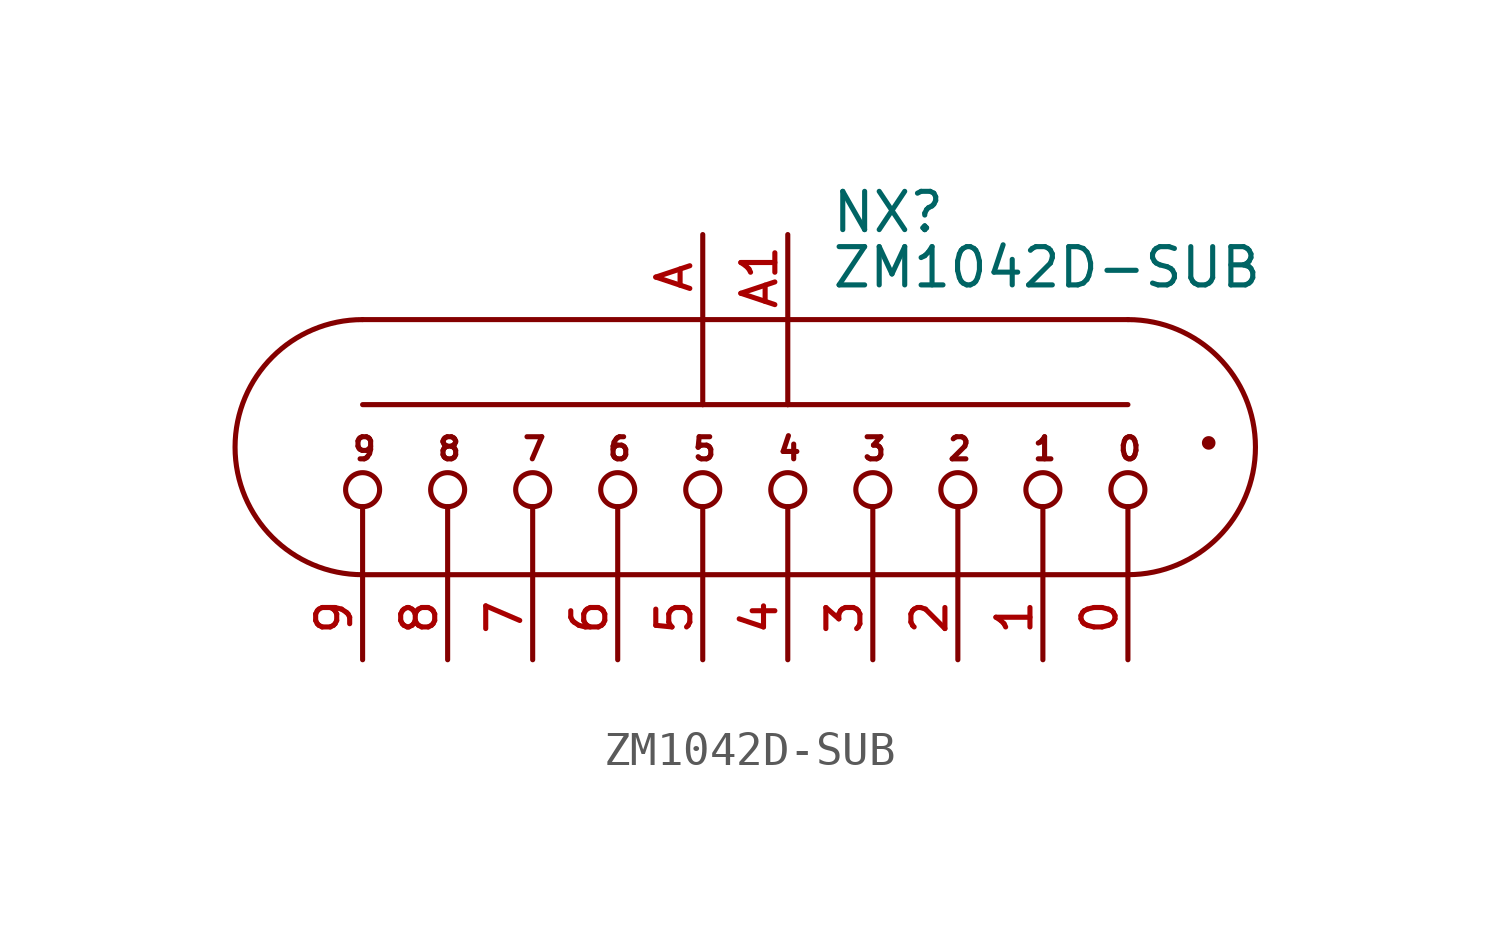
<source format=kicad_sym>
(kicad_symbol_lib
  (version 20220914)
  (generator kicad_symbol_editor)
  (symbol "ZM1042D-SUB"
    (pin_names
      (offset 1.016) hide)
    (property "Reference" "NX"
      (at 3.81 5.08 0)
      (effects (font (size 1.143 1.143)) (justify left bottom)))
    (property "Value" "ZM1042D-SUB"
      (at 3.81 3.429 0)
      (effects (font (size 1.143 1.143)) (justify left bottom)))
    (property "ki_locked" ""
      (at 0 0 0)
      (effects (font (size 1.27 1.27))))
    (symbol "ZM1042D-SUB_1_0"
      (polyline (pts (xy -10.16 -5.08) (xy -10.16 -3.048)) (stroke (width 0) (type solid)) (fill (type none)))
      (polyline (pts (xy -10.16 -5.08) (xy -7.62 -5.08)) (stroke (width 0) (type solid)) (fill (type none)))
      (polyline (pts (xy -10.16 0) (xy 0 0)) (stroke (width 0) (type solid)) (fill (type none)))
      (polyline (pts (xy -10.16 2.54) (xy 0 2.54)) (stroke (width 0) (type solid)) (fill (type none)))
      (polyline (pts (xy -7.62 -5.08) (xy -7.62 -3.048)) (stroke (width 0) (type solid)) (fill (type none)))
      (polyline (pts (xy -7.62 -5.08) (xy -5.08 -5.08)) (stroke (width 0) (type solid)) (fill (type none)))
      (polyline (pts (xy -5.08 -5.08) (xy -5.08 -3.048)) (stroke (width 0) (type solid)) (fill (type none)))
      (polyline (pts (xy -5.08 -5.08) (xy -2.54 -5.08)) (stroke (width 0) (type solid)) (fill (type none)))
      (polyline (pts (xy -2.54 -5.08) (xy -2.54 -3.048)) (stroke (width 0) (type solid)) (fill (type none)))
      (polyline (pts (xy -2.54 -5.08) (xy 0 -5.08)) (stroke (width 0) (type solid)) (fill (type none)))
      (polyline (pts (xy 0 -5.08) (xy 0 -3.048)) (stroke (width 0) (type solid)) (fill (type none)))
      (polyline (pts (xy 0 -5.08) (xy 2.54 -5.08)) (stroke (width 0) (type solid)) (fill (type none)))
      (polyline (pts (xy 0 0) (xy 2.54 0)) (stroke (width 0) (type solid)) (fill (type none)))
      (polyline (pts (xy 0 2.54) (xy 0 0)) (stroke (width 0) (type solid)) (fill (type none)))
      (polyline (pts (xy 0 2.54) (xy 2.54 2.54)) (stroke (width 0) (type solid)) (fill (type none)))
      (polyline (pts (xy 2.54 -5.08) (xy 2.54 -3.048)) (stroke (width 0) (type solid)) (fill (type none)))
      (polyline (pts (xy 2.54 -5.08) (xy 5.08 -5.08)) (stroke (width 0) (type solid)) (fill (type none)))
      (polyline (pts (xy 2.54 0) (xy 12.7 0)) (stroke (width 0) (type solid)) (fill (type none)))
      (polyline (pts (xy 2.54 2.54) (xy 2.54 0)) (stroke (width 0) (type solid)) (fill (type none)))
      (polyline (pts (xy 2.54 2.54) (xy 12.7 2.54)) (stroke (width 0) (type solid)) (fill (type none)))
      (polyline (pts (xy 5.08 -5.08) (xy 5.08 -3.048)) (stroke (width 0) (type solid)) (fill (type none)))
      (polyline (pts (xy 5.08 -5.08) (xy 7.62 -5.08)) (stroke (width 0) (type solid)) (fill (type none)))
      (polyline (pts (xy 7.62 -5.08) (xy 7.62 -3.048)) (stroke (width 0) (type solid)) (fill (type none)))
      (polyline (pts (xy 7.62 -5.08) (xy 10.16 -5.08)) (stroke (width 0) (type solid)) (fill (type none)))
      (polyline (pts (xy 10.16 -5.08) (xy 10.16 -3.048)) (stroke (width 0) (type solid)) (fill (type none)))
      (polyline (pts (xy 10.16 -5.08) (xy 12.7 -5.08)) (stroke (width 0) (type solid)) (fill (type none)))
      (polyline (pts (xy 12.7 -5.08) (xy 12.7 -3.048)) (stroke (width 0) (type solid)) (fill (type none)))
      (text "0" (at 12.751 -1.321 0) (effects (font (size 0.66 0.66))))
      (text "1" (at 10.211 -1.321 0) (effects (font (size 0.66 0.66))))
      (text "2" (at 7.671 -1.321 0) (effects (font (size 0.66 0.66))))
      (text "3" (at 5.131 -1.321 0) (effects (font (size 0.66 0.66))))
      (text "4" (at 2.591 -1.321 0) (effects (font (size 0.66 0.66))))
      (text "5" (at 0.051 -1.321 0) (effects (font (size 0.66 0.66))))
      (text "6" (at -2.489 -1.321 0) (effects (font (size 0.66 0.66))))
      (text "7" (at -5.029 -1.321 0) (effects (font (size 0.66 0.66))))
      (text "8" (at -7.569 -1.321 0) (effects (font (size 0.66 0.66))))
      (text "9" (at -10.109 -1.321 0) (effects (font (size 0.66 0.66)))))
    (symbol "ZM1042D-SUB_1_1"
      (circle (center -10.16 -2.54) (radius 0.508) (stroke (width 0) (type solid)) (fill (type none)))
      (arc (start -10.16 2.54) (mid -13.9534 -1.27) (end -10.16 -5.08) (stroke (width 0) (type solid)) (fill (type none)))
      (circle (center -7.62 -2.54) (radius 0.508) (stroke (width 0) (type solid)) (fill (type none)))
      (circle (center -5.08 -2.54) (radius 0.508) (stroke (width 0) (type solid)) (fill (type none)))
      (circle (center -2.54 -2.54) (radius 0.508) (stroke (width 0) (type solid)) (fill (type none)))
      (circle (center 0 -2.54) (radius 0.508) (stroke (width 0) (type solid)) (fill (type none)))
      (circle (center 2.54 -2.54) (radius 0.508) (stroke (width 0) (type solid)) (fill (type none)))
      (circle (center 5.08 -2.54) (radius 0.508) (stroke (width 0) (type solid)) (fill (type none)))
      (circle (center 7.62 -2.54) (radius 0.508) (stroke (width 0) (type solid)) (fill (type none)))
      (circle (center 10.16 -2.54) (radius 0.508) (stroke (width 0) (type solid)) (fill (type none)))
      (arc (start 12.7 -5.08) (mid 16.4934 -1.27) (end 12.7 2.54) (stroke (width 0) (type solid)) (fill (type none)))
      (circle (center 12.7 -2.54) (radius 0.508) (stroke (width 0) (type solid)) (fill (type none)))
      (circle (center 15.113 -1.143) (radius 0.127) (stroke (width 0) (type solid)) (fill (type outline)))
      (pin passive line (at 12.7 -7.62 90) (length 2.54) (name "0" (effects (font (size 1.016 1.016)))) (number "0" (effects (font (size 1.016 1.016)))))
      (pin passive line (at 10.16 -7.62 90) (length 2.54) (name "1" (effects (font (size 1.016 1.016)))) (number "1" (effects (font (size 1.016 1.016)))))
      (pin passive line (at 7.62 -7.62 90) (length 2.54) (name "2" (effects (font (size 1.016 1.016)))) (number "2" (effects (font (size 1.016 1.016)))))
      (pin passive line (at 5.08 -7.62 90) (length 2.54) (name "3" (effects (font (size 1.016 1.016)))) (number "3" (effects (font (size 1.016 1.016)))))
      (pin passive line (at 2.54 -7.62 90) (length 2.54) (name "4" (effects (font (size 1.016 1.016)))) (number "4" (effects (font (size 1.016 1.016)))))
      (pin passive line (at 0 -7.62 90) (length 2.54) (name "5" (effects (font (size 1.016 1.016)))) (number "5" (effects (font (size 1.016 1.016)))))
      (pin passive line (at -2.54 -7.62 90) (length 2.54) (name "6" (effects (font (size 1.016 1.016)))) (number "6" (effects (font (size 1.016 1.016)))))
      (pin passive line (at -5.08 -7.62 90) (length 2.54) (name "7" (effects (font (size 1.016 1.016)))) (number "7" (effects (font (size 1.016 1.016)))))
      (pin passive line (at -7.62 -7.62 90) (length 2.54) (name "8" (effects (font (size 1.016 1.016)))) (number "8" (effects (font (size 1.016 1.016)))))
      (pin passive line (at -10.16 -7.62 90) (length 2.54) (name "9" (effects (font (size 1.016 1.016)))) (number "9" (effects (font (size 1.016 1.016)))))
      (pin passive line (at 0 5.08 270) (length 2.54) (name "A1" (effects (font (size 1.016 1.016)))) (number "A" (effects (font (size 1.016 1.016)))))
      (pin passive line (at 2.54 5.08 270) (length 2.54) (name "A2" (effects (font (size 1.016 1.016)))) (number "A1" (effects (font (size 1.016 1.016))))))))
</source>
